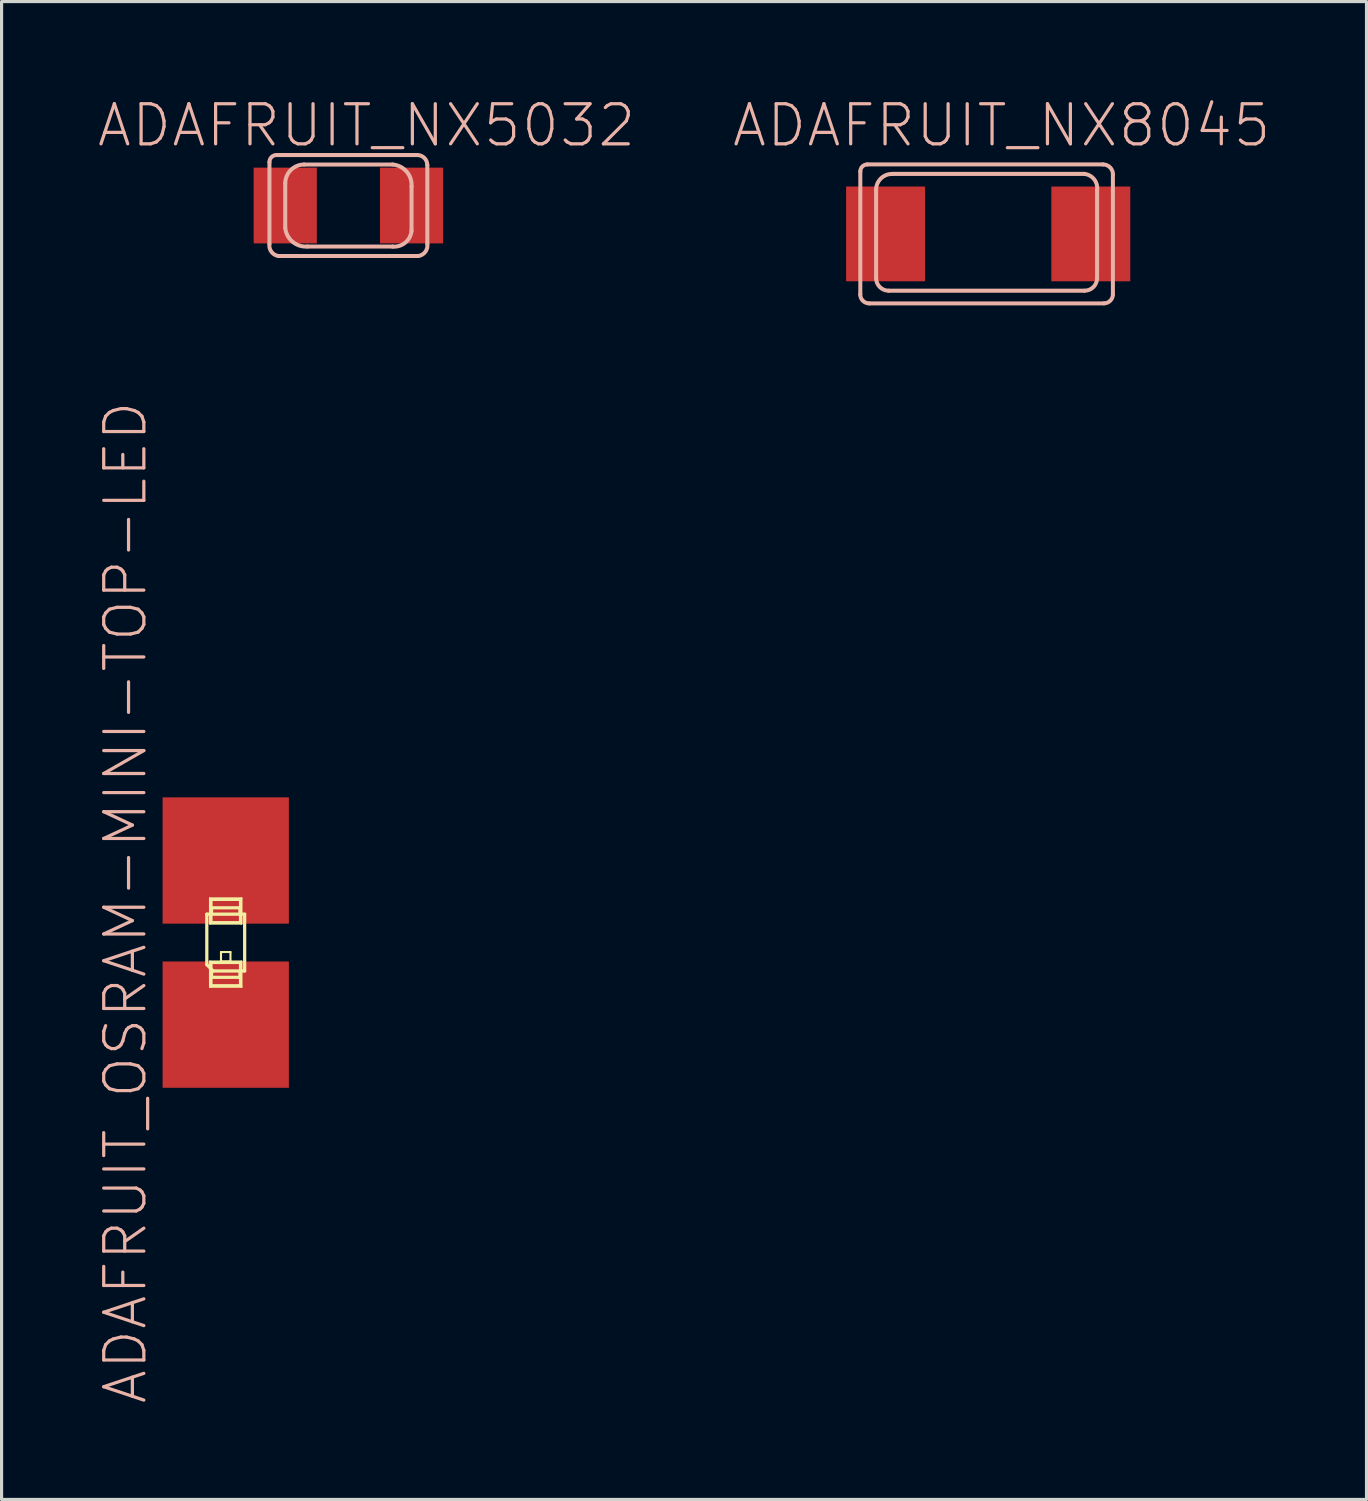
<source format=kicad_pcb>
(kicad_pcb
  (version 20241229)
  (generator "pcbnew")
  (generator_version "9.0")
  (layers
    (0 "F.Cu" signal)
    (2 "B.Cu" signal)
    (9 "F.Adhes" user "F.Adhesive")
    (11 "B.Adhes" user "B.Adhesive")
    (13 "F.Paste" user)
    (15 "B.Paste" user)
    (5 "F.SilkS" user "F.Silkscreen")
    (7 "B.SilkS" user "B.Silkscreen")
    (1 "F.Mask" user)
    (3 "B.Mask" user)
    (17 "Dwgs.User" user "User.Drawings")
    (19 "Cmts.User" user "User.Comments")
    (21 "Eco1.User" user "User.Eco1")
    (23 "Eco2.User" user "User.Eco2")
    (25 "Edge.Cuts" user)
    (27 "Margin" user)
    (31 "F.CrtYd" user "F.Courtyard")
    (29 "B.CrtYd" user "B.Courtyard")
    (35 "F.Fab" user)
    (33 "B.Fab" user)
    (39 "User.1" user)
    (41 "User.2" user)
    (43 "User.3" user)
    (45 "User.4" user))
  (footprint "ADAFRUIT_OSRAM-MINI-TOP-LED"
    (layer "F.Cu")
    (at 4.096 26.789)
    (property "Reference" "ADAFRUIT_OSRAM-MINI-TOP-LED" (at -3.175 -1.27 90) (layer "B.SilkS") (effects (font (size 1.27 1.27) (thickness 0.102))))
    (attr smd)
    (fp_line (start -0.599 -0.899) (end -0.599 0.699) (stroke (width 0.102) (type solid)) (layer "F.SilkS"))
    (fp_line (start -0.599 0.699) (end -0.399 0.899) (stroke (width 0.102) (type solid)) (layer "F.SilkS"))
    (fp_line (start -0.498 -1.4) (end 0.498 -1.4) (stroke (width 0.066) (type solid)) (layer "F.SilkS"))
    (fp_line (start -0.498 -0.599) (end -0.498 -1.4) (stroke (width 0.066) (type solid)) (layer "F.SilkS"))
    (fp_line (start -0.498 -0.599) (end 0.498 -0.599) (stroke (width 0.066) (type solid)) (layer "F.SilkS"))
    (fp_line (start -0.498 0.599) (end 0.498 0.599) (stroke (width 0.066) (type solid)) (layer "F.SilkS"))
    (fp_line (start -0.498 1.4) (end -0.498 0.599) (stroke (width 0.066) (type solid)) (layer "F.SilkS"))
    (fp_line (start -0.498 1.4) (end 0.498 1.4) (stroke (width 0.066) (type solid)) (layer "F.SilkS"))
    (fp_line (start -0.45 -1.349) (end 0.45 -1.349) (stroke (width 0.066) (type solid)) (layer "F.SilkS"))
    (fp_line (start -0.45 -1.1) (end 0.45 -1.1) (stroke (width 0.102) (type solid)) (layer "F.SilkS"))
    (fp_line (start -0.45 -0.95) (end -0.45 -1.1) (stroke (width 0.102) (type solid)) (layer "F.SilkS"))
    (fp_line (start -0.45 -0.648) (end -0.45 -1.349) (stroke (width 0.066) (type solid)) (layer "F.SilkS"))
    (fp_line (start -0.45 -0.648) (end 0.45 -0.648) (stroke (width 0.066) (type solid)) (layer "F.SilkS"))
    (fp_line (start -0.45 0.648) (end 0.45 0.648) (stroke (width 0.066) (type solid)) (layer "F.SilkS"))
    (fp_line (start -0.45 0.899) (end -0.45 1.1) (stroke (width 0.102) (type solid)) (layer "F.SilkS"))
    (fp_line (start -0.45 0.899) (end -0.399 0.899) (stroke (width 0.102) (type solid)) (layer "F.SilkS"))
    (fp_line (start -0.45 1.1) (end 0.45 1.1) (stroke (width 0.102) (type solid)) (layer "F.SilkS"))
    (fp_line (start -0.45 1.349) (end -0.45 0.648) (stroke (width 0.066) (type solid)) (layer "F.SilkS"))
    (fp_line (start -0.45 1.349) (end 0.45 1.349) (stroke (width 0.066) (type solid)) (layer "F.SilkS"))
    (fp_line (start -0.399 0.899) (end 0.599 0.899) (stroke (width 0.102) (type solid)) (layer "F.SilkS"))
    (fp_line (start -0.15 0.3) (end 0.15 0.3) (stroke (width 0.066) (type solid)) (layer "F.SilkS"))
    (fp_line (start -0.15 0.599) (end -0.15 0.3) (stroke (width 0.066) (type solid)) (layer "F.SilkS"))
    (fp_line (start -0.15 0.599) (end 0.15 0.599) (stroke (width 0.066) (type solid)) (layer "F.SilkS"))
    (fp_line (start 0.15 0.599) (end 0.15 0.3) (stroke (width 0.066) (type solid)) (layer "F.SilkS"))
    (fp_line (start 0.45 -1.1) (end 0.45 -0.95) (stroke (width 0.102) (type solid)) (layer "F.SilkS"))
    (fp_line (start 0.45 -0.648) (end 0.45 -1.349) (stroke (width 0.066) (type solid)) (layer "F.SilkS"))
    (fp_line (start 0.45 1.1) (end 0.45 0.95) (stroke (width 0.102) (type solid)) (layer "F.SilkS"))
    (fp_line (start 0.45 1.349) (end 0.45 0.648) (stroke (width 0.066) (type solid)) (layer "F.SilkS"))
    (fp_line (start 0.498 -0.599) (end 0.498 -1.4) (stroke (width 0.066) (type solid)) (layer "F.SilkS"))
    (fp_line (start 0.498 1.4) (end 0.498 0.599) (stroke (width 0.066) (type solid)) (layer "F.SilkS"))
    (fp_line (start 0.599 -0.899) (end -0.599 -0.899) (stroke (width 0.102) (type solid)) (layer "F.SilkS"))
    (fp_line (start 0.599 0.899) (end 0.599 -0.899) (stroke (width 0.102) (type solid)) (layer "F.SilkS"))
    (pad "A" smd rect (at 0 -2.598) (size 3.998 3.998) (layers "F.Cu" "F.Mask" "F.Paste"))
    (pad "C" smd rect (at 0 2.598) (size 3.998 3.998) (layers "F.Cu" "F.Mask" "F.Paste")))
  (footprint "ADAFRUIT_NX5032"
    (layer "F.Cu")
    (at 7.979 3.456)
    (property "Reference" "ADAFRUIT_NX5032" (at 0.574 -2.535 0) (layer "B.SilkS") (effects (font (size 1.27 1.27) (thickness 0.102))))
    (attr smd)
    (fp_line (start -2.499 1.217) (end -2.499 -1.374) (stroke (width 0.127) (type solid)) (layer "B.SilkS"))
    (fp_line (start -2.276 -1.598) (end 2.182 -1.598) (stroke (width 0.127) (type solid)) (layer "B.SilkS"))
    (fp_line (start -1.999 0.699) (end -1.999 -0.699) (stroke (width 0.127) (type solid)) (layer "B.SilkS"))
    (fp_line (start -1.4 -1.298) (end 1.4 -1.298) (stroke (width 0.127) (type solid)) (layer "B.SilkS"))
    (fp_line (start 1.4 1.298) (end -1.298 1.298) (stroke (width 0.127) (type solid)) (layer "B.SilkS"))
    (fp_line (start 1.999 -0.599) (end 1.999 0.798) (stroke (width 0.127) (type solid)) (layer "B.SilkS"))
    (fp_line (start 2.215 1.598) (end -2.215 1.598) (stroke (width 0.127) (type solid)) (layer "B.SilkS"))
    (fp_line (start 2.499 -1.283) (end 2.499 1.217) (stroke (width 0.127) (type solid)) (layer "B.SilkS"))
    (fp_arc (start -2.49936 -1.37414) (mid -2.433893 -1.532193) (end -2.27584 -1.59766) (stroke (width 0.127) (type solid)) (layer "B.SilkS"))
    (fp_arc (start -2.21488 1.59766) (mid -2.436028 1.466078) (end -2.49936 1.21666) (stroke (width 0.127) (type solid)) (layer "B.SilkS"))
    (fp_arc (start -1.99898 -0.6985) (mid -1.823408 -1.122368) (end -1.39954 -1.29794) (stroke (width 0.127) (type solid)) (layer "B.SilkS"))
    (fp_arc (start -1.29794 1.29794) (mid -1.772608 1.14341) (end -1.99898 0.6985) (stroke (width 0.127) (type solid)) (layer "B.SilkS"))
    (fp_arc (start 1.39954 -1.29794) (mid 1.84408 -1.072001) (end 1.999068 -0.598035) (stroke (width 0.127) (type solid)) (layer "B.SilkS"))
    (fp_arc (start 1.99898 0.79756) (mid 1.803418 1.173168) (end 1.39954 1.30048) (stroke (width 0.127) (type solid)) (layer "B.SilkS"))
    (fp_arc (start 2.18186 -1.59766) (mid 2.40457 -1.50541) (end 2.49682 -1.2827) (stroke (width 0.127) (type solid)) (layer "B.SilkS"))
    (fp_arc (start 2.49936 1.21666) (mid 2.436028 1.466078) (end 2.21488 1.59766) (stroke (width 0.127) (type solid)) (layer "B.SilkS"))
    (pad "P$1" smd rect (at 1.999 0) (size 1.999 2.398) (layers "F.Cu" "F.Mask" "F.Paste"))
    (pad "P$2" smd rect (at -1.999 0 180) (size 1.999 2.398) (layers "F.Cu" "F.Mask" "F.Paste")))
  (footprint "ADAFRUIT_NX8045"
    (layer "F.Cu")
    (at 28.183 4.355)
    (property "Reference" "ADAFRUIT_NX8045" (at 0.475 -3.434 0) (layer "B.SilkS") (effects (font (size 1.27 1.27) (thickness 0.102))))
    (attr smd)
    (fp_line (start -3.998 1.915) (end -3.998 -1.976) (stroke (width 0.127) (type solid)) (layer "B.SilkS"))
    (fp_line (start -3.774 -2.2) (end 3.683 -2.2) (stroke (width 0.127) (type solid)) (layer "B.SilkS"))
    (fp_line (start -3.498 1.4) (end -3.498 -1.4) (stroke (width 0.127) (type solid)) (layer "B.SilkS"))
    (fp_line (start -3 -1.9) (end 3.099 -1.9) (stroke (width 0.127) (type solid)) (layer "B.SilkS"))
    (fp_line (start 3.099 1.798) (end -3.099 1.798) (stroke (width 0.127) (type solid)) (layer "B.SilkS"))
    (fp_line (start 3.498 -1.4) (end 3.498 1.4) (stroke (width 0.127) (type solid)) (layer "B.SilkS"))
    (fp_line (start 3.716 2.2) (end -3.716 2.2) (stroke (width 0.127) (type solid)) (layer "B.SilkS"))
    (fp_line (start 3.998 -1.882) (end 3.998 1.915) (stroke (width 0.127) (type solid)) (layer "B.SilkS"))
    (fp_arc (start -3.99796 -1.97612) (mid -3.932493 -2.134173) (end -3.77444 -2.19964) (stroke (width 0.127) (type solid)) (layer "B.SilkS"))
    (fp_arc (start -3.71602 2.19964) (mid -3.917178 2.116318) (end -4.0005 1.91516) (stroke (width 0.127) (type solid)) (layer "B.SilkS"))
    (fp_arc (start -3.49758 -1.39954) (mid -3.351766 -1.751566) (end -2.99974 -1.89738) (stroke (width 0.127) (type solid)) (layer "B.SilkS"))
    (fp_arc (start -3.0988 1.79832) (mid -3.38078 1.68152) (end -3.49758 1.39954) (stroke (width 0.127) (type solid)) (layer "B.SilkS"))
    (fp_arc (start 3.0988 -1.89992) (mid 3.403618 -1.731576) (end 3.50012 -1.397) (stroke (width 0.127) (type solid)) (layer "B.SilkS"))
    (fp_arc (start 3.49758 1.39954) (mid 3.38078 1.68152) (end 3.0988 1.79832) (stroke (width 0.127) (type solid)) (layer "B.SilkS"))
    (fp_arc (start 3.683 -2.19964) (mid 3.907506 -2.106646) (end 4.0005 -1.88214) (stroke (width 0.127) (type solid)) (layer "B.SilkS"))
    (fp_arc (start 3.99796 1.91516) (mid 3.915382 2.114522) (end 3.71602 2.1971) (stroke (width 0.127) (type solid)) (layer "B.SilkS"))
    (pad "P$1" smd rect (at 3.299 0 90) (size 3 2.499) (layers "F.Cu" "F.Mask" "F.Paste"))
    (pad "P$2" smd rect (at -3.198 0 90) (size 3 2.499) (layers "F.Cu" "F.Mask" "F.Paste")))
  (gr_rect
    (start -3 -3)
    (end 40.21 44.419)
    (stroke (width 0.1) (type default))
    (fill no)
    (layer "Edge.Cuts")))
</source>
